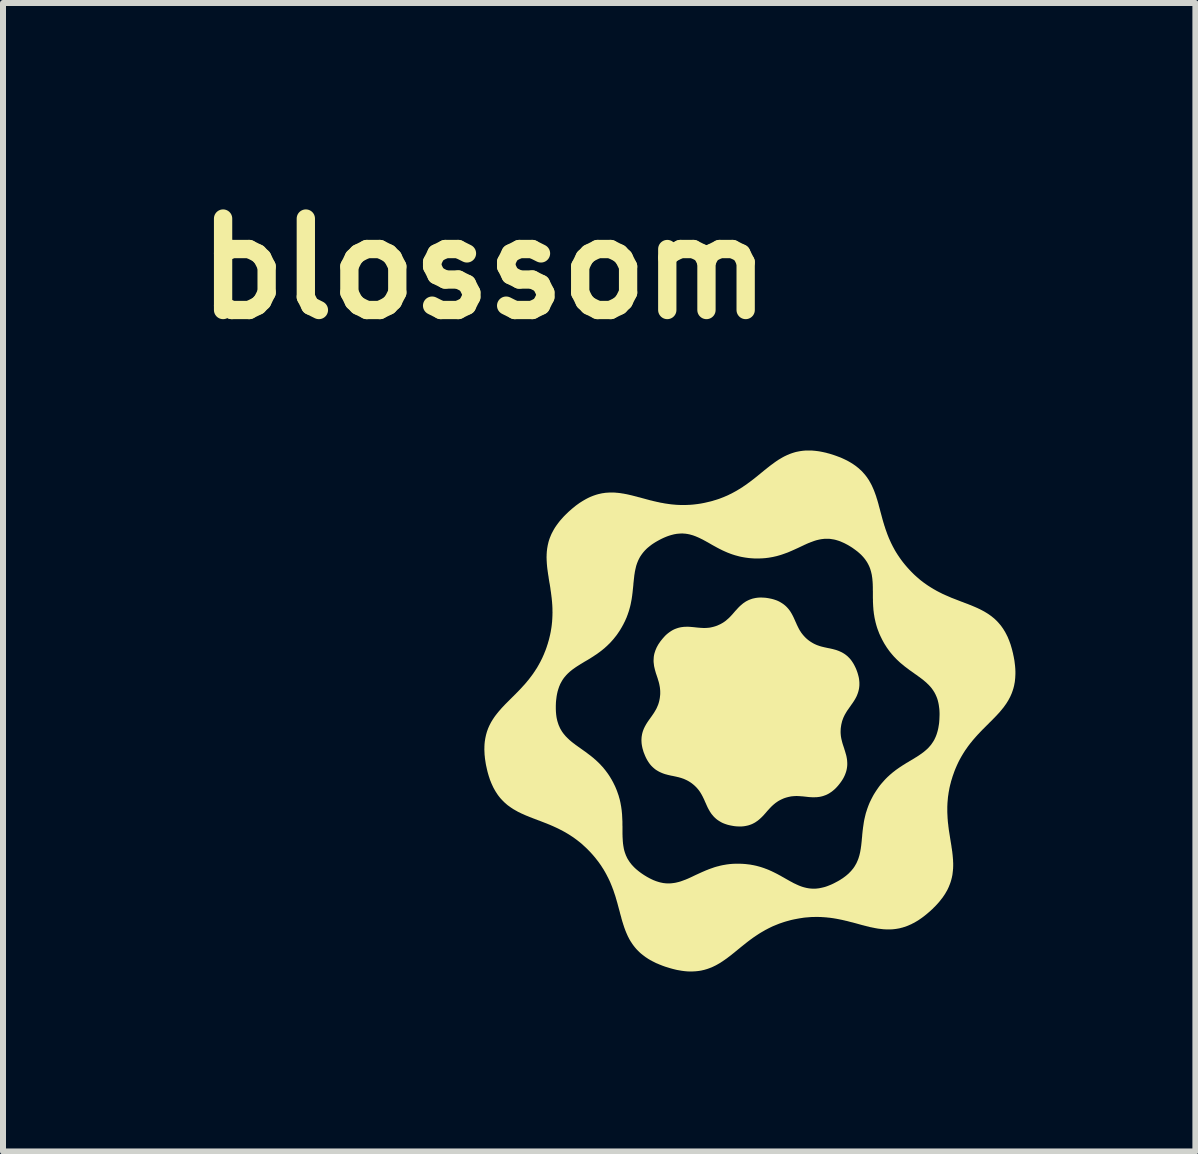
<source format=kicad_pcb>
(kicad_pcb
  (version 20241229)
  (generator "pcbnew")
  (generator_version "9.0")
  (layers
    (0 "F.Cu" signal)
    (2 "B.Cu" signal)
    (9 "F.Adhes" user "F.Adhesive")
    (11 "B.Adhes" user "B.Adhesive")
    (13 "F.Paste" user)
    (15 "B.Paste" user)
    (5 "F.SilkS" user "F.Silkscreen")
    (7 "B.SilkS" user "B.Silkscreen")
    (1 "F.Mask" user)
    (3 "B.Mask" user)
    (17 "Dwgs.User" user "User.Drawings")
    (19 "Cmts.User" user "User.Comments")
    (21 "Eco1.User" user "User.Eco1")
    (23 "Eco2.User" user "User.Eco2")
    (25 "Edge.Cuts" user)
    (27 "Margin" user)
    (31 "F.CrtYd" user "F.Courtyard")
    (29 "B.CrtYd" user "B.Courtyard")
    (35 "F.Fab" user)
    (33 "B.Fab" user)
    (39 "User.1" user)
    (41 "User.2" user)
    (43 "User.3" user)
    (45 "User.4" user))
  (footprint "blossom"
    (layer "F.Cu")
    (at 5.022 4.457)
    (property "Reference" "blossom" (at 0 -3.03 0) (layer "F.SilkS") (effects (font (size 1.524 1.524) (thickness 0.305))))
    (attr exclude_from_pos_files exclude_from_bom)
    (fp_poly (pts (xy 5.811 5.478) (xy 5.794 5.499) (xy 5.777 5.518) (xy 5.76 5.536) (xy 5.743 5.552) (xy 5.726 5.566) (xy 5.71 5.579) (xy 5.693 5.59) (xy 5.677 5.601) (xy 5.66 5.61) (xy 5.644 5.618) (xy 5.627 5.624) (xy 5.611 5.63) (xy 5.594 5.635) (xy 5.577 5.639) (xy 5.561 5.642) (xy 5.544 5.644) (xy 5.527 5.646) (xy 5.51 5.646) (xy 5.493 5.647) (xy 5.476 5.647) (xy 5.458 5.646) (xy 5.441 5.645) (xy 5.423 5.644) (xy 5.405 5.642) (xy 5.387 5.64) (xy 5.369 5.638) (xy 5.351 5.636) (xy 5.332 5.634) (xy 5.313 5.632) (xy 5.294 5.631) (xy 5.274 5.629) (xy 5.254 5.628) (xy 5.234 5.627) (xy 5.214 5.626) (xy 5.193 5.626) (xy 5.172 5.627) (xy 5.15 5.628) (xy 5.129 5.63) (xy 5.106 5.632) (xy 5.084 5.635) (xy 5.061 5.64) (xy 5.037 5.645) (xy 5.014 5.651) (xy 4.989 5.658) (xy 4.964 5.666) (xy 4.939 5.675) (xy 4.914 5.686) (xy 4.89 5.697) (xy 4.868 5.708) (xy 4.846 5.72) (xy 4.825 5.732) (xy 4.806 5.745) (xy 4.787 5.758) (xy 4.769 5.771) (xy 4.752 5.785) (xy 4.735 5.799) (xy 4.719 5.813) (xy 4.704 5.827) (xy 4.689 5.841) (xy 4.675 5.856) (xy 4.661 5.87) (xy 4.648 5.885) (xy 4.635 5.899) (xy 4.622 5.913) (xy 4.609 5.928) (xy 4.597 5.942) (xy 4.585 5.956) (xy 4.573 5.969) (xy 4.561 5.983) (xy 4.549 5.996) (xy 4.536 6.009) (xy 4.524 6.021) (xy 4.511 6.033) (xy 4.499 6.044) (xy 4.486 6.055) (xy 4.472 6.066) (xy 4.458 6.075) (xy 4.444 6.085) (xy 4.429 6.093) (xy 4.414 6.101) (xy 4.398 6.108) (xy 4.381 6.114) (xy 4.363 6.12) (xy 4.345 6.124) (xy 4.326 6.128) (xy 4.306 6.131) (xy 4.285 6.133) (xy 4.263 6.134) (xy 4.24 6.133) (xy 4.216 6.132) (xy 4.191 6.13) (xy 4.165 6.126) (xy 4.138 6.121) (xy 4.114 6.116) (xy 4.09 6.11) (xy 4.068 6.103) (xy 4.048 6.096) (xy 4.028 6.088) (xy 4.01 6.079) (xy 3.993 6.069) (xy 3.977 6.059) (xy 3.962 6.049) (xy 3.948 6.038) (xy 3.935 6.026) (xy 3.922 6.014) (xy 3.911 6.001) (xy 3.9 5.988) (xy 3.889 5.975) (xy 3.88 5.961) (xy 3.87 5.946) (xy 3.862 5.931) (xy 3.853 5.916) (xy 3.845 5.901) (xy 3.837 5.885) (xy 3.83 5.869) (xy 3.822 5.852) (xy 3.815 5.835) (xy 3.807 5.818) (xy 3.799 5.801) (xy 3.792 5.784) (xy 3.784 5.766) (xy 3.776 5.748) (xy 3.767 5.731) (xy 3.759 5.713) (xy 3.749 5.695) (xy 3.739 5.676) (xy 3.729 5.658) (xy 3.718 5.64) (xy 3.707 5.622) (xy 3.694 5.603) (xy 3.681 5.585) (xy 3.667 5.567) (xy 3.652 5.549) (xy 3.636 5.531) (xy 3.619 5.513) (xy 3.6 5.495) (xy 3.581 5.477) (xy 3.56 5.46) (xy 3.539 5.443) (xy 3.518 5.428) (xy 3.497 5.414) (xy 3.476 5.401) (xy 3.455 5.389) (xy 3.434 5.378) (xy 3.413 5.368) (xy 3.393 5.359) (xy 3.373 5.35) (xy 3.353 5.343) (xy 3.333 5.336) (xy 3.313 5.329) (xy 3.293 5.324) (xy 3.274 5.318) (xy 3.255 5.314) (xy 3.235 5.309) (xy 3.217 5.305) (xy 3.198 5.301) (xy 3.18 5.297) (xy 3.161 5.293) (xy 3.143 5.29) (xy 3.126 5.286) (xy 3.108 5.282) (xy 3.091 5.278) (xy 3.074 5.273) (xy 3.057 5.269) (xy 3.041 5.264) (xy 3.024 5.258) (xy 3.009 5.252) (xy 2.993 5.245) (xy 2.978 5.238) (xy 2.963 5.23) (xy 2.948 5.221) (xy 2.933 5.212) (xy 2.919 5.201) (xy 2.906 5.19) (xy 2.892 5.177) (xy 2.879 5.164) (xy 2.866 5.149) (xy 2.854 5.133) (xy 2.842 5.115) (xy 2.83 5.096) (xy 2.819 5.076) (xy 2.808 5.054) (xy 2.798 5.031) (xy 2.788 5.006) (xy 2.778 4.981) (xy 2.771 4.956) (xy 2.764 4.933) (xy 2.759 4.91) (xy 2.755 4.888) (xy 2.752 4.867) (xy 2.751 4.847) (xy 2.75 4.827) (xy 2.751 4.808) (xy 2.752 4.79) (xy 2.755 4.772) (xy 2.758 4.754) (xy 2.762 4.738) (xy 2.767 4.721) (xy 2.773 4.705) (xy 2.779 4.689) (xy 2.787 4.673) (xy 2.794 4.658) (xy 2.803 4.643) (xy 2.811 4.628) (xy 2.821 4.613) (xy 2.83 4.598) (xy 2.84 4.584) (xy 2.85 4.569) (xy 2.861 4.554) (xy 2.872 4.539) (xy 2.883 4.523) (xy 2.894 4.508) (xy 2.905 4.492) (xy 2.916 4.476) (xy 2.927 4.46) (xy 2.938 4.443) (xy 2.949 4.426) (xy 2.959 4.408) (xy 2.97 4.39) (xy 2.98 4.372) (xy 2.99 4.352) (xy 2.999 4.332) (xy 3.008 4.311) (xy 3.017 4.29) (xy 3.025 4.268) (xy 3.032 4.245) (xy 3.039 4.221) (xy 3.045 4.196) (xy 3.05 4.17) (xy 3.055 4.143) (xy 3.058 4.116) (xy 3.061 4.09) (xy 3.063 4.064) (xy 3.063 4.039) (xy 3.063 4.015) (xy 3.062 3.991) (xy 3.06 3.968) (xy 3.058 3.946) (xy 3.055 3.924) (xy 3.051 3.902) (xy 3.047 3.881) (xy 3.043 3.861) (xy 3.038 3.841) (xy 3.033 3.821) (xy 3.027 3.802) (xy 3.021 3.783) (xy 3.016 3.764) (xy 3.01 3.746) (xy 3.004 3.728) (xy 2.998 3.71) (xy 2.992 3.692) (xy 2.986 3.675) (xy 2.981 3.658) (xy 2.976 3.64) (xy 2.971 3.623) (xy 2.967 3.606) (xy 2.963 3.589) (xy 2.959 3.572) (xy 2.957 3.555) (xy 2.955 3.538) (xy 2.953 3.521) (xy 2.952 3.504) (xy 2.953 3.487) (xy 2.954 3.469) (xy 2.955 3.452) (xy 2.958 3.434) (xy 2.962 3.416) (xy 2.968 3.398) (xy 2.974 3.379) (xy 2.982 3.36) (xy 2.99 3.341) (xy 3.001 3.321) (xy 3.012 3.301) (xy 3.026 3.281) (xy 3.04 3.26) (xy 3.057 3.239) (xy 3.074 3.218) (xy 3.091 3.199) (xy 3.107 3.181) (xy 3.124 3.165) (xy 3.141 3.151) (xy 3.158 3.138) (xy 3.174 3.127) (xy 3.191 3.116) (xy 3.207 3.107) (xy 3.224 3.099) (xy 3.24 3.093) (xy 3.257 3.087) (xy 3.273 3.082) (xy 3.29 3.078) (xy 3.307 3.075) (xy 3.324 3.073) (xy 3.34 3.071) (xy 3.357 3.071) (xy 3.375 3.07) (xy 3.392 3.07) (xy 3.409 3.071) (xy 3.427 3.072) (xy 3.444 3.074) (xy 3.462 3.075) (xy 3.48 3.077) (xy 3.498 3.079) (xy 3.517 3.081) (xy 3.536 3.083) (xy 3.555 3.085) (xy 3.574 3.086) (xy 3.593 3.088) (xy 3.613 3.089) (xy 3.633 3.09) (xy 3.654 3.091) (xy 3.674 3.091) (xy 3.695 3.09) (xy 3.717 3.089) (xy 3.739 3.087) (xy 3.761 3.085) (xy 3.784 3.082) (xy 3.807 3.077) (xy 3.83 3.072) (xy 3.854 3.066) (xy 3.878 3.059) (xy 3.903 3.051) (xy 3.928 3.042) (xy 3.953 3.031) (xy 3.977 3.02) (xy 4 3.009) (xy 4.021 2.997) (xy 4.042 2.985) (xy 4.062 2.972) (xy 4.081 2.959) (xy 4.099 2.946) (xy 4.116 2.932) (xy 4.132 2.918) (xy 4.148 2.904) (xy 4.164 2.89) (xy 4.178 2.876) (xy 4.193 2.861) (xy 4.206 2.847) (xy 4.22 2.832) (xy 4.233 2.818) (xy 4.245 2.804) (xy 4.258 2.789) (xy 4.27 2.775) (xy 4.282 2.761) (xy 4.295 2.748) (xy 4.307 2.734) (xy 4.319 2.721) (xy 4.331 2.708) (xy 4.343 2.696) (xy 4.356 2.684) (xy 4.369 2.673) (xy 4.382 2.662) (xy 4.395 2.651) (xy 4.409 2.642) (xy 4.423 2.632) (xy 4.438 2.624) (xy 4.454 2.616) (xy 4.47 2.609) (xy 4.487 2.603) (xy 4.504 2.597) (xy 4.522 2.593) (xy 4.541 2.589) (xy 4.561 2.586) (xy 4.582 2.584) (xy 4.604 2.583) (xy 4.627 2.584) (xy 4.651 2.585) (xy 4.676 2.587) (xy 4.703 2.591) (xy 4.729 2.596) (xy 4.754 2.601) (xy 4.777 2.607) (xy 4.799 2.614) (xy 4.82 2.621) (xy 4.839 2.629) (xy 4.857 2.638) (xy 4.874 2.648) (xy 4.89 2.658) (xy 4.905 2.668) (xy 4.919 2.679) (xy 4.933 2.691) (xy 4.945 2.703) (xy 4.957 2.716) (xy 4.968 2.729) (xy 4.978 2.742) (xy 4.988 2.756) (xy 4.997 2.771) (xy 5.006 2.786) (xy 5.014 2.801) (xy 5.022 2.816) (xy 5.03 2.832) (xy 5.038 2.849) (xy 5.045 2.865) (xy 5.053 2.882) (xy 5.06 2.899) (xy 5.068 2.916) (xy 5.076 2.933) (xy 5.083 2.951) (xy 5.092 2.969) (xy 5.1 2.986) (xy 5.109 3.004) (xy 5.118 3.022) (xy 5.128 3.041) (xy 5.138 3.059) (xy 5.149 3.077) (xy 5.161 3.095) (xy 5.173 3.114) (xy 5.187 3.132) (xy 5.201 3.15) (xy 5.216 3.168) (xy 5.232 3.186) (xy 5.249 3.204) (xy 5.267 3.222) (xy 5.287 3.24) (xy 5.307 3.257) (xy 5.329 3.274) (xy 5.35 3.289) (xy 5.371 3.303) (xy 5.392 3.316) (xy 5.413 3.328) (xy 5.433 3.339) (xy 5.454 3.349) (xy 5.474 3.358) (xy 5.495 3.367) (xy 5.515 3.374) (xy 5.535 3.381) (xy 5.555 3.388) (xy 5.574 3.393) (xy 5.594 3.399) (xy 5.613 3.403) (xy 5.632 3.408) (xy 5.651 3.412) (xy 5.669 3.416) (xy 5.688 3.42) (xy 5.706 3.424) (xy 5.724 3.427) (xy 5.742 3.431) (xy 5.759 3.435) (xy 5.777 3.439) (xy 5.794 3.444) (xy 5.81 3.448) (xy 5.827 3.453) (xy 5.843 3.459) (xy 5.859 3.465) (xy 5.874 3.472) (xy 5.89 3.479) (xy 5.905 3.487) (xy 5.92 3.496) (xy 5.934 3.505) (xy 5.948 3.516) (xy 5.962 3.527) (xy 5.975 3.54) (xy 5.988 3.553) (xy 6.001 3.568) (xy 6.013 3.584) (xy 6.025 3.602) (xy 6.037 3.621) (xy 6.048 3.641) (xy 6.059 3.663) (xy 6.07 3.686) (xy 6.08 3.711) (xy 6.089 3.736) (xy 6.097 3.761) (xy 6.103 3.784) (xy 6.109 3.807) (xy 6.113 3.829) (xy 6.115 3.85) (xy 6.117 3.87) (xy 6.117 3.89) (xy 6.117 3.909) (xy 6.115 3.927) (xy 6.113 3.945) (xy 6.109 3.963) (xy 6.105 3.979) (xy 6.1 3.996) (xy 6.094 4.012) (xy 6.088 4.028) (xy 6.081 4.044) (xy 6.073 4.059) (xy 6.065 4.074) (xy 6.056 4.089) (xy 6.047 4.104) (xy 6.037 4.119) (xy 6.027 4.134) (xy 6.017 4.148) (xy 6.006 4.163) (xy 5.996 4.178) (xy 5.985 4.194) (xy 5.974 4.209) (xy 5.963 4.225) (xy 5.952 4.241) (xy 5.94 4.257) (xy 5.929 4.274) (xy 5.919 4.291) (xy 5.908 4.309) (xy 5.898 4.327) (xy 5.887 4.345) (xy 5.878 4.365) (xy 5.868 4.385) (xy 5.859 4.406) (xy 5.851 4.427) (xy 5.843 4.449) (xy 5.835 4.472) (xy 5.829 4.496) (xy 5.823 4.521) (xy 5.817 4.547) (xy 5.813 4.574) (xy 5.809 4.601) (xy 5.806 4.627) (xy 5.805 4.653) (xy 5.804 4.678) (xy 5.804 4.702) (xy 5.805 4.726) (xy 5.807 4.749) (xy 5.809 4.771) (xy 5.812 4.793) (xy 5.816 4.815) (xy 5.82 4.836) (xy 5.825 4.856) (xy 5.83 4.876) (xy 5.835 4.896) (xy 5.84 4.915) (xy 5.846 4.934) (xy 5.852 4.953) (xy 5.858 4.971) (xy 5.864 4.989) (xy 5.87 5.007) (xy 5.875 5.025) (xy 5.881 5.042) (xy 5.886 5.059) (xy 5.891 5.077) (xy 5.896 5.094) (xy 5.901 5.111) (xy 5.905 5.128) (xy 5.908 5.145) (xy 5.911 5.162) (xy 5.913 5.179) (xy 5.914 5.196) (xy 5.915 5.213) (xy 5.915 5.23) (xy 5.914 5.248) (xy 5.912 5.265) (xy 5.909 5.283) (xy 5.905 5.301) (xy 5.9 5.319) (xy 5.893 5.338) (xy 5.886 5.357) (xy 5.877 5.376) (xy 5.867 5.396) (xy 5.855 5.416) (xy 5.842 5.436) (xy 5.827 5.457) (xy 5.811 5.478)) (stroke (width 0.265) (type solid)) (fill yes) (layer "F.SilkS"))
    (fp_poly (pts (xy 5.391 0.02) (xy 3.287 1.364) (xy 3.308 1.364) (xy 3.329 1.366) (xy 3.35 1.367) (xy 3.37 1.37) (xy 3.391 1.373) (xy 3.411 1.377) (xy 3.43 1.381) (xy 3.45 1.387) (xy 3.469 1.392) (xy 3.488 1.398) (xy 3.507 1.405) (xy 3.526 1.412) (xy 3.545 1.42) (xy 3.564 1.428) (xy 3.582 1.436) (xy 3.601 1.445) (xy 3.619 1.454) (xy 3.638 1.463) (xy 3.657 1.473) (xy 3.675 1.483) (xy 3.694 1.493) (xy 3.713 1.504) (xy 3.732 1.514) (xy 3.751 1.525) (xy 3.77 1.536) (xy 3.789 1.547) (xy 3.808 1.558) (xy 3.828 1.569) (xy 3.848 1.58) (xy 3.868 1.591) (xy 3.888 1.602) (xy 3.909 1.613) (xy 3.93 1.624) (xy 3.951 1.634) (xy 3.972 1.645) (xy 3.994 1.655) (xy 4.016 1.665) (xy 4.039 1.675) (xy 4.062 1.685) (xy 4.086 1.694) (xy 4.109 1.703) (xy 4.134 1.712) (xy 4.159 1.72) (xy 4.184 1.728) (xy 4.21 1.735) (xy 4.236 1.742) (xy 4.263 1.749) (xy 4.291 1.755) (xy 4.319 1.76) (xy 4.348 1.765) (xy 4.377 1.769) (xy 4.407 1.773) (xy 4.438 1.776) (xy 4.47 1.778) (xy 4.502 1.78) (xy 4.529 1.78) (xy 4.556 1.78) (xy 4.583 1.78) (xy 4.609 1.779) (xy 4.634 1.778) (xy 4.659 1.776) (xy 4.684 1.774) (xy 4.708 1.771) (xy 4.732 1.768) (xy 4.756 1.764) (xy 4.779 1.76) (xy 4.802 1.756) (xy 4.824 1.751) (xy 4.846 1.746) (xy 4.868 1.741) (xy 4.889 1.735) (xy 4.91 1.729) (xy 4.931 1.723) (xy 4.952 1.716) (xy 4.972 1.709) (xy 4.992 1.702) (xy 5.011 1.695) (xy 5.031 1.688) (xy 5.05 1.681) (xy 5.069 1.673) (xy 5.087 1.665) (xy 5.106 1.657) (xy 5.124 1.649) (xy 5.142 1.641) (xy 5.16 1.633) (xy 5.178 1.625) (xy 5.195 1.617) (xy 5.213 1.609) (xy 5.23 1.601) (xy 5.247 1.593) (xy 5.264 1.585) (xy 5.281 1.577) (xy 5.298 1.569) (xy 5.315 1.561) (xy 5.331 1.553) (xy 5.348 1.546) (xy 5.364 1.538) (xy 5.381 1.531) (xy 5.397 1.524) (xy 5.414 1.518) (xy 5.43 1.511) (xy 5.447 1.505) (xy 5.463 1.499) (xy 5.479 1.493) (xy 5.496 1.487) (xy 5.512 1.482) (xy 5.529 1.477) (xy 5.545 1.473) (xy 5.562 1.469) (xy 5.579 1.465) (xy 5.596 1.462) (xy 5.612 1.459) (xy 5.63 1.457) (xy 5.647 1.455) (xy 5.664 1.453) (xy 5.681 1.452) (xy 5.699 1.452) (xy 5.717 1.452) (xy 5.734 1.452) (xy 5.753 1.453) (xy 5.771 1.455) (xy 5.789 1.458) (xy 5.808 1.461) (xy 5.827 1.464) (xy 5.846 1.468) (xy 5.865 1.473) (xy 5.885 1.479) (xy 5.905 1.485) (xy 5.925 1.492) (xy 5.946 1.5) (xy 5.966 1.509) (xy 5.987 1.518) (xy 6.009 1.528) (xy 6.03 1.539) (xy 6.053 1.551) (xy 6.075 1.563) (xy 6.098 1.577) (xy 6.121 1.591) (xy 6.144 1.606) (xy 6.165 1.621) (xy 6.186 1.636) (xy 6.206 1.651) (xy 6.226 1.666) (xy 6.244 1.681) (xy 6.261 1.696) (xy 6.278 1.711) (xy 6.294 1.726) (xy 6.309 1.742) (xy 6.323 1.757) (xy 6.336 1.772) (xy 6.349 1.788) (xy 6.361 1.803) (xy 6.372 1.819) (xy 6.383 1.835) (xy 6.393 1.85) (xy 6.402 1.866) (xy 6.411 1.882) (xy 6.419 1.898) (xy 6.427 1.914) (xy 6.434 1.93) (xy 6.441 1.947) (xy 6.447 1.963) (xy 6.452 1.979) (xy 6.457 1.996) (xy 6.462 2.012) (xy 6.466 2.029) (xy 6.47 2.046) (xy 6.474 2.063) (xy 6.477 2.08) (xy 6.479 2.097) (xy 6.482 2.114) (xy 6.484 2.131) (xy 6.486 2.148) (xy 6.487 2.166) (xy 6.489 2.183) (xy 6.49 2.201) (xy 6.491 2.219) (xy 6.492 2.237) (xy 6.492 2.255) (xy 6.493 2.273) (xy 6.493 2.291) (xy 6.493 2.31) (xy 6.493 2.328) (xy 6.494 2.347) (xy 6.494 2.366) (xy 6.494 2.385) (xy 6.494 2.404) (xy 6.494 2.423) (xy 6.494 2.442) (xy 6.494 2.461) (xy 6.495 2.481) (xy 6.495 2.501) (xy 6.495 2.521) (xy 6.496 2.54) (xy 6.497 2.561) (xy 6.498 2.581) (xy 6.499 2.601) (xy 6.501 2.622) (xy 6.502 2.643) (xy 6.504 2.664) (xy 6.507 2.685) (xy 6.509 2.706) (xy 6.512 2.727) (xy 6.516 2.749) (xy 6.519 2.77) (xy 6.523 2.792) (xy 6.528 2.814) (xy 6.533 2.836) (xy 6.538 2.859) (xy 6.544 2.881) (xy 6.55 2.904) (xy 6.557 2.927) (xy 6.564 2.95) (xy 6.572 2.973) (xy 6.581 2.997) (xy 6.59 3.02) (xy 6.599 3.044) (xy 6.61 3.068) (xy 6.621 3.092) (xy 6.633 3.116) (xy 6.645 3.141) (xy 6.658 3.165) (xy 6.671 3.189) (xy 6.684 3.212) (xy 6.698 3.234) (xy 6.712 3.256) (xy 6.725 3.277) (xy 6.74 3.297) (xy 6.754 3.317) (xy 6.768 3.336) (xy 6.783 3.355) (xy 6.798 3.373) (xy 6.813 3.391) (xy 6.828 3.408) (xy 6.843 3.425) (xy 6.859 3.441) (xy 6.874 3.457) (xy 6.889 3.472) (xy 6.905 3.487) (xy 6.921 3.502) (xy 6.936 3.516) (xy 6.952 3.53) (xy 6.968 3.543) (xy 6.984 3.556) (xy 7 3.569) (xy 7.015 3.582) (xy 7.031 3.594) (xy 7.047 3.606) (xy 7.063 3.618) (xy 7.079 3.63) (xy 7.094 3.642) (xy 7.11 3.653) (xy 7.126 3.664) (xy 7.141 3.675) (xy 7.157 3.686) (xy 7.172 3.697) (xy 7.187 3.708) (xy 7.203 3.719) (xy 7.218 3.729) (xy 7.233 3.74) (xy 7.247 3.751) (xy 7.262 3.761) (xy 7.276 3.772) (xy 7.291 3.783) (xy 7.305 3.794) (xy 7.319 3.804) (xy 7.332 3.815) (xy 7.346 3.827) (xy 7.359 3.838) (xy 7.372 3.849) (xy 7.385 3.861) (xy 7.397 3.873) (xy 7.41 3.885) (xy 7.422 3.897) (xy 7.433 3.909) (xy 7.445 3.922) (xy 7.456 3.935) (xy 7.467 3.948) (xy 7.477 3.962) (xy 7.487 3.976) (xy 7.497 3.99) (xy 7.506 4.005) (xy 7.516 4.02) (xy 7.524 4.036) (xy 7.533 4.052) (xy 7.54 4.068) (xy 7.548 4.085) (xy 7.555 4.102) (xy 7.562 4.12) (xy 7.568 4.138) (xy 7.574 4.157) (xy 7.579 4.177) (xy 7.584 4.197) (xy 7.588 4.217) (xy 7.592 4.238) (xy 7.595 4.26) (xy 7.598 4.283) (xy 7.601 4.306) (xy 7.603 4.33) (xy 7.604 4.354) (xy 7.605 4.379) (xy 7.605 4.405) (xy 7.604 4.432) (xy 7.603 4.46) (xy 7.602 4.487) (xy 7.6 4.513) (xy 7.598 4.539) (xy 7.595 4.563) (xy 7.591 4.587) (xy 7.587 4.611) (xy 7.583 4.634) (xy 7.578 4.656) (xy 7.573 4.677) (xy 7.567 4.698) (xy 7.561 4.718) (xy 7.555 4.737) (xy 7.548 4.756) (xy 7.541 4.774) (xy 7.533 4.792) (xy 7.525 4.809) (xy 7.517 4.826) (xy 7.508 4.842) (xy 7.499 4.857) (xy 7.489 4.873) (xy 7.479 4.887) (xy 7.469 4.902) (xy 7.459 4.916) (xy 7.448 4.929) (xy 7.437 4.942) (xy 7.425 4.955) (xy 7.414 4.968) (xy 7.402 4.98) (xy 7.389 4.992) (xy 7.377 5.003) (xy 7.364 5.014) (xy 7.351 5.025) (xy 7.338 5.036) (xy 7.324 5.047) (xy 7.31 5.057) (xy 7.297 5.067) (xy 7.282 5.077) (xy 7.268 5.087) (xy 7.253 5.097) (xy 7.239 5.107) (xy 7.224 5.116) (xy 7.209 5.126) (xy 7.193 5.135) (xy 7.178 5.145) (xy 7.163 5.154) (xy 7.147 5.164) (xy 7.131 5.173) (xy 7.115 5.183) (xy 7.099 5.192) (xy 7.083 5.202) (xy 7.067 5.212) (xy 7.05 5.221) (xy 7.034 5.231) (xy 7.017 5.242) (xy 7.001 5.252) (xy 6.984 5.262) (xy 6.968 5.273) (xy 6.951 5.284) (xy 6.934 5.295) (xy 6.918 5.306) (xy 6.901 5.318) (xy 6.884 5.33) (xy 6.867 5.342) (xy 6.851 5.355) (xy 6.834 5.368) (xy 6.817 5.381) (xy 6.801 5.395) (xy 6.784 5.409) (xy 6.767 5.424) (xy 6.751 5.439) (xy 6.734 5.454) (xy 6.718 5.47) (xy 6.702 5.486) (xy 6.686 5.503) (xy 6.67 5.521) (xy 6.654 5.539) (xy 6.638 5.557) (xy 6.622 5.576) (xy 6.606 5.596) (xy 6.591 5.616) (xy 6.576 5.637) (xy 6.561 5.659) (xy 6.546 5.681) (xy 6.531 5.704) (xy 6.516 5.728) (xy 6.502 5.751) (xy 6.489 5.775) (xy 6.477 5.798) (xy 6.465 5.821) (xy 6.454 5.844) (xy 6.443 5.866) (xy 6.433 5.889) (xy 6.424 5.911) (xy 6.415 5.934) (xy 6.407 5.956) (xy 6.399 5.978) (xy 6.392 6) (xy 6.385 6.022) (xy 6.378 6.043) (xy 6.372 6.065) (xy 6.367 6.086) (xy 6.362 6.107) (xy 6.357 6.128) (xy 6.352 6.149) (xy 6.348 6.17) (xy 6.344 6.191) (xy 6.341 6.211) (xy 6.338 6.232) (xy 6.335 6.252) (xy 6.332 6.272) (xy 6.329 6.292) (xy 6.327 6.312) (xy 6.324 6.332) (xy 6.322 6.351) (xy 6.32 6.371) (xy 6.318 6.39) (xy 6.316 6.409) (xy 6.315 6.429) (xy 6.313 6.447) (xy 6.311 6.466) (xy 6.309 6.485) (xy 6.308 6.504) (xy 6.306 6.522) (xy 6.304 6.54) (xy 6.302 6.559) (xy 6.3 6.577) (xy 6.298 6.595) (xy 6.295 6.612) (xy 6.293 6.63) (xy 6.29 6.648) (xy 6.287 6.665) (xy 6.284 6.682) (xy 6.281 6.699) (xy 6.277 6.716) (xy 6.273 6.733) (xy 6.269 6.75) (xy 6.264 6.767) (xy 6.259 6.783) (xy 6.254 6.8) (xy 6.248 6.816) (xy 6.242 6.832) (xy 6.235 6.848) (xy 6.228 6.864) (xy 6.221 6.88) (xy 6.213 6.896) (xy 6.204 6.911) (xy 6.195 6.927) (xy 6.186 6.942) (xy 6.176 6.957) (xy 6.165 6.973) (xy 6.153 6.988) (xy 6.141 7.002) (xy 6.129 7.017) (xy 6.115 7.032) (xy 6.101 7.046) (xy 6.087 7.061) (xy 6.071 7.075) (xy 6.055 7.089) (xy 6.038 7.103) (xy 6.02 7.117) (xy 6.001 7.131) (xy 5.982 7.145) (xy 5.961 7.158) (xy 5.94 7.172) (xy 5.918 7.185) (xy 5.895 7.198) (xy 5.87 7.211) (xy 5.846 7.224) (xy 5.822 7.236) (xy 5.799 7.247) (xy 5.776 7.257) (xy 5.753 7.266) (xy 5.731 7.275) (xy 5.709 7.283) (xy 5.688 7.29) (xy 5.667 7.296) (xy 5.646 7.301) (xy 5.625 7.306) (xy 5.605 7.31) (xy 5.586 7.314) (xy 5.566 7.317) (xy 5.547 7.319) (xy 5.528 7.321) (xy 5.51 7.322) (xy 5.491 7.322) (xy 5.473 7.322) (xy 5.455 7.321) (xy 5.438 7.32) (xy 5.42 7.318) (xy 5.403 7.316) (xy 5.386 7.313) (xy 5.369 7.31) (xy 5.352 7.306) (xy 5.335 7.302) (xy 5.319 7.298) (xy 5.303 7.293) (xy 5.286 7.288) (xy 5.27 7.282) (xy 5.254 7.276) (xy 5.238 7.27) (xy 5.222 7.263) (xy 5.207 7.256) (xy 5.191 7.249) (xy 5.175 7.241) (xy 5.159 7.234) (xy 5.143 7.226) (xy 5.128 7.218) (xy 5.112 7.209) (xy 5.096 7.201) (xy 5.08 7.192) (xy 5.064 7.183) (xy 5.048 7.174) (xy 5.032 7.165) (xy 5.016 7.156) (xy 5 7.147) (xy 4.983 7.137) (xy 4.967 7.128) (xy 4.95 7.119) (xy 4.934 7.109) (xy 4.917 7.1) (xy 4.9 7.091) (xy 4.882 7.081) (xy 4.865 7.072) (xy 4.847 7.063) (xy 4.829 7.054) (xy 4.811 7.045) (xy 4.792 7.036) (xy 4.774 7.027) (xy 4.755 7.019) (xy 4.736 7.01) (xy 4.716 7.002) (xy 4.696 6.994) (xy 4.676 6.987) (xy 4.656 6.979) (xy 4.635 6.972) (xy 4.614 6.965) (xy 4.592 6.958) (xy 4.57 6.952) (xy 4.548 6.946) (xy 4.525 6.94) (xy 4.502 6.935) (xy 4.479 6.93) (xy 4.455 6.926) (xy 4.43 6.921) (xy 4.405 6.918) (xy 4.38 6.915) (xy 4.354 6.912) (xy 4.328 6.91) (xy 4.301 6.908) (xy 4.274 6.907) (xy 4.246 6.906) (xy 4.219 6.906) (xy 4.193 6.906) (xy 4.167 6.907) (xy 4.141 6.908) (xy 4.116 6.91) (xy 4.091 6.912) (xy 4.067 6.915) (xy 4.043 6.918) (xy 4.02 6.922) (xy 3.997 6.926) (xy 3.974 6.93) (xy 3.951 6.935) (xy 3.929 6.94) (xy 3.908 6.946) (xy 3.886 6.951) (xy 3.865 6.957) (xy 3.844 6.963) (xy 3.824 6.97) (xy 3.804 6.977) (xy 3.784 6.984) (xy 3.764 6.991) (xy 3.745 6.998) (xy 3.726 7.006) (xy 3.707 7.013) (xy 3.688 7.021) (xy 3.67 7.029) (xy 3.651 7.037) (xy 3.633 7.045) (xy 3.615 7.053) (xy 3.598 7.061) (xy 3.58 7.069) (xy 3.563 7.077) (xy 3.545 7.085) (xy 3.528 7.093) (xy 3.511 7.101) (xy 3.494 7.109) (xy 3.478 7.117) (xy 3.461 7.125) (xy 3.444 7.133) (xy 3.428 7.14) (xy 3.411 7.148) (xy 3.395 7.155) (xy 3.378 7.162) (xy 3.362 7.169) (xy 3.345 7.175) (xy 3.329 7.181) (xy 3.313 7.187) (xy 3.296 7.193) (xy 3.28 7.199) (xy 3.263 7.204) (xy 3.247 7.209) (xy 3.23 7.213) (xy 3.213 7.217) (xy 3.197 7.221) (xy 3.18 7.224) (xy 3.163 7.227) (xy 3.146 7.229) (xy 3.129 7.231) (xy 3.112 7.233) (xy 3.094 7.234) (xy 3.077 7.234) (xy 3.059 7.234) (xy 3.041 7.234) (xy 3.023 7.233) (xy 3.005 7.231) (xy 2.986 7.229) (xy 2.968 7.226) (xy 2.949 7.222) (xy 2.929 7.218) (xy 2.91 7.213) (xy 2.89 7.207) (xy 2.871 7.201) (xy 2.85 7.194) (xy 2.83 7.186) (xy 2.809 7.178) (xy 2.788 7.168) (xy 2.767 7.158) (xy 2.745 7.147) (xy 2.723 7.135) (xy 2.701 7.123) (xy 2.678 7.109) (xy 2.655 7.095) (xy 2.632 7.08) (xy 2.61 7.065) (xy 2.589 7.05) (xy 2.569 7.035) (xy 2.55 7.02) (xy 2.532 7.005) (xy 2.514 6.99) (xy 2.498 6.975) (xy 2.482 6.96) (xy 2.467 6.944) (xy 2.453 6.929) (xy 2.439 6.914) (xy 2.427 6.898) (xy 2.415 6.883) (xy 2.403 6.867) (xy 2.393 6.851) (xy 2.383 6.836) (xy 2.373 6.82) (xy 2.364 6.804) (xy 2.356 6.788) (xy 2.349 6.772) (xy 2.341 6.756) (xy 2.335 6.739) (xy 2.329 6.723) (xy 2.323 6.707) (xy 2.318 6.69) (xy 2.313 6.674) (xy 2.309 6.657) (xy 2.305 6.64) (xy 2.302 6.623) (xy 2.299 6.606) (xy 2.296 6.589) (xy 2.294 6.572) (xy 2.291 6.555) (xy 2.29 6.538) (xy 2.288 6.52) (xy 2.287 6.503) (xy 2.286 6.485) (xy 2.285 6.467) (xy 2.284 6.449) (xy 2.283 6.431) (xy 2.283 6.413) (xy 2.282 6.395) (xy 2.282 6.376) (xy 2.282 6.358) (xy 2.282 6.339) (xy 2.282 6.32) (xy 2.282 6.302) (xy 2.282 6.283) (xy 2.282 6.263) (xy 2.281 6.244) (xy 2.281 6.225) (xy 2.281 6.205) (xy 2.281 6.185) (xy 2.28 6.166) (xy 2.279 6.146) (xy 2.278 6.125) (xy 2.277 6.105) (xy 2.276 6.085) (xy 2.275 6.064) (xy 2.273 6.043) (xy 2.271 6.023) (xy 2.269 6.002) (xy 2.266 5.98) (xy 2.263 5.959) (xy 2.26 5.937) (xy 2.256 5.916) (xy 2.252 5.894) (xy 2.248 5.872) (xy 2.243 5.85) (xy 2.238 5.827) (xy 2.232 5.805) (xy 2.225 5.782) (xy 2.219 5.759) (xy 2.211 5.736) (xy 2.203 5.713) (xy 2.195 5.69) (xy 2.186 5.666) (xy 2.176 5.642) (xy 2.166 5.618) (xy 2.155 5.594) (xy 2.143 5.57) (xy 2.131 5.545) (xy 2.118 5.521) (xy 2.105 5.497) (xy 2.091 5.474) (xy 2.078 5.452) (xy 2.064 5.43) (xy 2.05 5.409) (xy 2.036 5.389) (xy 2.021 5.369) (xy 2.007 5.35) (xy 1.992 5.331) (xy 1.977 5.313) (xy 1.963 5.295) (xy 1.947 5.278) (xy 1.932 5.262) (xy 1.917 5.245) (xy 1.902 5.23) (xy 1.886 5.214) (xy 1.87 5.199) (xy 1.855 5.185) (xy 1.839 5.17) (xy 1.823 5.157) (xy 1.808 5.143) (xy 1.792 5.13) (xy 1.776 5.117) (xy 1.76 5.104) (xy 1.744 5.092) (xy 1.728 5.08) (xy 1.712 5.068) (xy 1.697 5.056) (xy 1.681 5.044) (xy 1.665 5.033) (xy 1.65 5.022) (xy 1.634 5.011) (xy 1.619 5) (xy 1.603 4.989) (xy 1.588 4.978) (xy 1.573 4.967) (xy 1.558 4.957) (xy 1.543 4.946) (xy 1.528 4.935) (xy 1.513 4.925) (xy 1.499 4.914) (xy 1.485 4.903) (xy 1.471 4.893) (xy 1.457 4.882) (xy 1.443 4.871) (xy 1.43 4.86) (xy 1.416 4.848) (xy 1.403 4.837) (xy 1.391 4.825) (xy 1.378 4.813) (xy 1.366 4.801) (xy 1.354 4.789) (xy 1.342 4.777) (xy 1.331 4.764) (xy 1.32 4.751) (xy 1.309 4.738) (xy 1.298 4.724) (xy 1.288 4.71) (xy 1.278 4.696) (xy 1.269 4.681) (xy 1.26 4.666) (xy 1.251 4.651) (xy 1.243 4.635) (xy 1.235 4.618) (xy 1.228 4.601) (xy 1.22 4.584) (xy 1.214 4.566) (xy 1.208 4.548) (xy 1.202 4.529) (xy 1.196 4.51) (xy 1.192 4.49) (xy 1.187 4.469) (xy 1.183 4.448) (xy 1.18 4.426) (xy 1.177 4.404) (xy 1.175 4.38) (xy 1.173 4.357) (xy 1.172 4.332) (xy 1.171 4.307) (xy 1.171 4.281) (xy 1.171 4.254) (xy 1.172 4.227) (xy 1.173 4.2) (xy 1.175 4.173) (xy 1.178 4.148) (xy 1.181 4.123) (xy 1.184 4.099) (xy 1.188 4.075) (xy 1.192 4.053) (xy 1.197 4.031) (xy 1.202 4.009) (xy 1.208 3.989) (xy 1.214 3.969) (xy 1.221 3.949) (xy 1.227 3.93) (xy 1.235 3.912) (xy 1.242 3.894) (xy 1.25 3.877) (xy 1.259 3.861) (xy 1.268 3.844) (xy 1.277 3.829) (xy 1.286 3.813) (xy 1.296 3.799) (xy 1.306 3.784) (xy 1.317 3.77) (xy 1.328 3.757) (xy 1.339 3.744) (xy 1.35 3.731) (xy 1.362 3.719) (xy 1.374 3.706) (xy 1.386 3.695) (xy 1.399 3.683) (xy 1.411 3.672) (xy 1.424 3.661) (xy 1.438 3.65) (xy 1.451 3.639) (xy 1.465 3.629) (xy 1.479 3.619) (xy 1.493 3.609) (xy 1.507 3.599) (xy 1.522 3.589) (xy 1.537 3.579) (xy 1.552 3.57) (xy 1.567 3.56) (xy 1.582 3.551) (xy 1.597 3.541) (xy 1.613 3.532) (xy 1.629 3.522) (xy 1.644 3.513) (xy 1.66 3.503) (xy 1.676 3.494) (xy 1.693 3.484) (xy 1.709 3.475) (xy 1.725 3.465) (xy 1.742 3.455) (xy 1.758 3.445) (xy 1.775 3.434) (xy 1.791 3.424) (xy 1.808 3.413) (xy 1.824 3.402) (xy 1.841 3.391) (xy 1.858 3.38) (xy 1.875 3.368) (xy 1.891 3.356) (xy 1.908 3.344) (xy 1.925 3.331) (xy 1.942 3.318) (xy 1.958 3.305) (xy 1.975 3.291) (xy 1.992 3.277) (xy 2.008 3.262) (xy 2.025 3.247) (xy 2.041 3.232) (xy 2.057 3.216) (xy 2.074 3.2) (xy 2.09 3.183) (xy 2.106 3.165) (xy 2.122 3.147) (xy 2.138 3.129) (xy 2.153 3.11) (xy 2.169 3.09) (xy 2.185 3.07) (xy 2.2 3.049) (xy 2.215 3.027) (xy 2.23 3.005) (xy 2.245 2.982) (xy 2.259 2.958) (xy 2.273 2.935) (xy 2.286 2.911) (xy 2.299 2.888) (xy 2.31 2.865) (xy 2.322 2.842) (xy 2.332 2.82) (xy 2.342 2.797) (xy 2.352 2.775) (xy 2.36 2.752) (xy 2.369 2.73) (xy 2.376 2.708) (xy 2.384 2.686) (xy 2.391 2.664) (xy 2.397 2.643) (xy 2.403 2.621) (xy 2.409 2.6) (xy 2.414 2.579) (xy 2.419 2.558) (xy 2.423 2.537) (xy 2.427 2.516) (xy 2.431 2.495) (xy 2.435 2.475) (xy 2.438 2.454) (xy 2.441 2.434) (xy 2.444 2.414) (xy 2.446 2.394) (xy 2.449 2.374) (xy 2.451 2.354) (xy 2.453 2.335) (xy 2.455 2.315) (xy 2.457 2.296) (xy 2.459 2.277) (xy 2.461 2.258) (xy 2.463 2.239) (xy 2.464 2.22) (xy 2.466 2.201) (xy 2.468 2.183) (xy 2.47 2.164) (xy 2.472 2.146) (xy 2.474 2.128) (xy 2.476 2.11) (xy 2.478 2.092) (xy 2.48 2.074) (xy 2.483 2.056) (xy 2.486 2.039) (xy 2.488 2.021) (xy 2.492 2.004) (xy 2.495 1.987) (xy 2.499 1.97) (xy 2.503 1.953) (xy 2.507 1.936) (xy 2.511 1.919) (xy 2.516 1.903) (xy 2.522 1.886) (xy 2.527 1.87) (xy 2.534 1.854) (xy 2.54 1.838) (xy 2.547 1.822) (xy 2.555 1.806) (xy 2.563 1.79) (xy 2.571 1.775) (xy 2.58 1.759) (xy 2.59 1.744) (xy 2.6 1.729) (xy 2.611 1.714) (xy 2.622 1.699) (xy 2.634 1.684) (xy 2.647 1.669) (xy 2.66 1.654) (xy 2.674 1.64) (xy 2.689 1.625) (xy 2.704 1.611) (xy 2.721 1.597) (xy 2.738 1.583) (xy 2.756 1.569) (xy 2.774 1.555) (xy 2.794 1.541) (xy 2.814 1.528) (xy 2.836 1.514) (xy 2.858 1.501) (xy 2.881 1.488) (xy 2.905 1.475) (xy 2.933 1.46) (xy 2.96 1.447) (xy 2.986 1.435) (xy 3.012 1.424) (xy 3.037 1.414) (xy 3.062 1.405) (xy 3.087 1.397) (xy 3.11 1.39) (xy 3.134 1.384) (xy 3.157 1.378) (xy 3.18 1.374) (xy 3.202 1.37) (xy 3.224 1.368) (xy 3.245 1.366) (xy 3.266 1.365) (xy 3.287 1.364) (xy 3.287 1.364) (xy 5.391 0.02) (xy 5.369 0.02) (xy 5.347 0.021) (xy 5.325 0.023) (xy 5.304 0.025) (xy 5.283 0.028) (xy 5.262 0.031) (xy 5.241 0.035) (xy 5.221 0.039) (xy 5.201 0.043) (xy 5.182 0.048) (xy 5.162 0.054) (xy 5.143 0.06) (xy 5.125 0.066) (xy 5.106 0.073) (xy 5.088 0.08) (xy 5.07 0.088) (xy 5.052 0.095) (xy 5.034 0.104) (xy 5.016 0.112) (xy 4.999 0.121) (xy 4.982 0.13) (xy 4.965 0.14) (xy 4.948 0.15) (xy 4.931 0.16) (xy 4.914 0.17) (xy 4.898 0.181) (xy 4.881 0.192) (xy 4.865 0.203) (xy 4.848 0.215) (xy 4.832 0.227) (xy 4.816 0.239) (xy 4.799 0.251) (xy 4.783 0.263) (xy 4.767 0.275) (xy 4.751 0.288) (xy 4.734 0.301) (xy 4.718 0.314) (xy 4.702 0.327) (xy 4.685 0.34) (xy 4.669 0.353) (xy 4.653 0.367) (xy 4.636 0.38) (xy 4.619 0.394) (xy 4.603 0.408) (xy 4.586 0.421) (xy 4.569 0.435) (xy 4.552 0.449) (xy 4.534 0.463) (xy 4.517 0.477) (xy 4.499 0.491) (xy 4.482 0.504) (xy 4.464 0.518) (xy 4.445 0.532) (xy 4.427 0.546) (xy 4.408 0.559) (xy 4.39 0.573) (xy 4.37 0.587) (xy 4.351 0.6) (xy 4.331 0.613) (xy 4.312 0.627) (xy 4.291 0.64) (xy 4.271 0.653) (xy 4.25 0.665) (xy 4.229 0.678) (xy 4.207 0.691) (xy 4.185 0.703) (xy 4.163 0.715) (xy 4.141 0.727) (xy 4.118 0.739) (xy 4.094 0.75) (xy 4.071 0.762) (xy 4.046 0.773) (xy 4.022 0.783) (xy 3.997 0.794) (xy 3.971 0.804) (xy 3.945 0.814) (xy 3.919 0.824) (xy 3.892 0.833) (xy 3.864 0.842) (xy 3.836 0.85) (xy 3.808 0.859) (xy 3.779 0.867) (xy 3.749 0.874) (xy 3.719 0.881) (xy 3.689 0.888) (xy 3.662 0.894) (xy 3.635 0.899) (xy 3.609 0.904) (xy 3.582 0.908) (xy 3.557 0.912) (xy 3.531 0.915) (xy 3.506 0.918) (xy 3.48 0.921) (xy 3.455 0.923) (xy 3.431 0.925) (xy 3.406 0.926) (xy 3.382 0.927) (xy 3.358 0.928) (xy 3.335 0.928) (xy 3.311 0.928) (xy 3.288 0.928) (xy 3.265 0.928) (xy 3.242 0.927) (xy 3.219 0.926) (xy 3.197 0.925) (xy 3.175 0.923) (xy 3.153 0.921) (xy 3.131 0.919) (xy 3.109 0.917) (xy 3.088 0.914) (xy 3.066 0.911) (xy 3.045 0.908) (xy 3.024 0.905) (xy 3.004 0.902) (xy 2.983 0.898) (xy 2.963 0.894) (xy 2.942 0.891) (xy 2.922 0.887) (xy 2.902 0.882) (xy 2.882 0.878) (xy 2.863 0.874) (xy 2.843 0.869) (xy 2.824 0.865) (xy 2.804 0.86) (xy 2.785 0.855) (xy 2.766 0.851) (xy 2.747 0.846) (xy 2.729 0.841) (xy 2.71 0.836) (xy 2.691 0.831) (xy 2.673 0.826) (xy 2.655 0.821) (xy 2.636 0.816) (xy 2.618 0.811) (xy 2.6 0.806) (xy 2.582 0.801) (xy 2.564 0.797) (xy 2.546 0.792) (xy 2.529 0.787) (xy 2.511 0.783) (xy 2.493 0.778) (xy 2.476 0.774) (xy 2.458 0.769) (xy 2.441 0.765) (xy 2.423 0.761) (xy 2.406 0.757) (xy 2.389 0.753) (xy 2.371 0.749) (xy 2.354 0.746) (xy 2.337 0.743) (xy 2.32 0.739) (xy 2.303 0.737) (xy 2.285 0.734) (xy 2.268 0.731) (xy 2.251 0.729) (xy 2.234 0.727) (xy 2.217 0.725) (xy 2.2 0.724) (xy 2.183 0.722) (xy 2.166 0.721) (xy 2.149 0.721) (xy 2.132 0.72) (xy 2.114 0.72) (xy 2.097 0.72) (xy 2.08 0.721) (xy 2.063 0.722) (xy 2.046 0.723) (xy 2.028 0.724) (xy 2.011 0.726) (xy 1.994 0.729) (xy 1.976 0.731) (xy 1.959 0.734) (xy 1.941 0.738) (xy 1.924 0.742) (xy 1.906 0.746) (xy 1.888 0.751) (xy 1.87 0.756) (xy 1.852 0.762) (xy 1.835 0.768) (xy 1.817 0.774) (xy 1.798 0.782) (xy 1.78 0.789) (xy 1.762 0.797) (xy 1.743 0.806) (xy 1.725 0.815) (xy 1.706 0.825) (xy 1.688 0.835) (xy 1.669 0.846) (xy 1.65 0.857) (xy 1.631 0.869) (xy 1.612 0.881) (xy 1.592 0.894) (xy 1.573 0.908) (xy 1.553 0.922) (xy 1.533 0.937) (xy 1.514 0.953) (xy 1.494 0.969) (xy 1.473 0.986) (xy 1.453 1.004) (xy 1.432 1.022) (xy 1.412 1.04) (xy 1.393 1.059) (xy 1.374 1.077) (xy 1.356 1.095) (xy 1.338 1.113) (xy 1.321 1.132) (xy 1.305 1.15) (xy 1.289 1.168) (xy 1.274 1.185) (xy 1.26 1.203) (xy 1.246 1.221) (xy 1.233 1.239) (xy 1.22 1.256) (xy 1.208 1.274) (xy 1.196 1.291) (xy 1.185 1.309) (xy 1.175 1.326) (xy 1.165 1.344) (xy 1.156 1.361) (xy 1.147 1.378) (xy 1.138 1.395) (xy 1.13 1.413) (xy 1.123 1.43) (xy 1.116 1.447) (xy 1.109 1.464) (xy 1.103 1.481) (xy 1.097 1.498) (xy 1.092 1.515) (xy 1.087 1.532) (xy 1.083 1.55) (xy 1.079 1.567) (xy 1.075 1.584) (xy 1.072 1.601) (xy 1.069 1.618) (xy 1.066 1.635) (xy 1.064 1.652) (xy 1.062 1.669) (xy 1.06 1.686) (xy 1.059 1.703) (xy 1.058 1.72) (xy 1.057 1.737) (xy 1.057 1.754) (xy 1.056 1.771) (xy 1.056 1.789) (xy 1.057 1.806) (xy 1.057 1.823) (xy 1.058 1.84) (xy 1.059 1.858) (xy 1.06 1.875) (xy 1.061 1.892) (xy 1.063 1.91) (xy 1.064 1.927) (xy 1.066 1.945) (xy 1.068 1.963) (xy 1.07 1.98) (xy 1.073 1.998) (xy 1.075 2.016) (xy 1.078 2.034) (xy 1.08 2.052) (xy 1.083 2.07) (xy 1.086 2.088) (xy 1.089 2.106) (xy 1.091 2.124) (xy 1.094 2.142) (xy 1.097 2.161) (xy 1.1 2.179) (xy 1.103 2.198) (xy 1.107 2.217) (xy 1.11 2.235) (xy 1.113 2.254) (xy 1.116 2.273) (xy 1.119 2.292) (xy 1.121 2.311) (xy 1.124 2.331) (xy 1.127 2.35) (xy 1.13 2.37) (xy 1.132 2.389) (xy 1.135 2.409) (xy 1.137 2.429) (xy 1.14 2.449) (xy 1.142 2.469) (xy 1.144 2.49) (xy 1.146 2.51) (xy 1.148 2.531) (xy 1.149 2.551) (xy 1.151 2.572) (xy 1.152 2.593) (xy 1.153 2.614) (xy 1.154 2.636) (xy 1.154 2.657) (xy 1.154 2.679) (xy 1.155 2.7) (xy 1.154 2.722) (xy 1.154 2.744) (xy 1.153 2.767) (xy 1.152 2.789) (xy 1.151 2.812) (xy 1.149 2.835) (xy 1.148 2.858) (xy 1.145 2.881) (xy 1.143 2.904) (xy 1.14 2.928) (xy 1.137 2.951) (xy 1.133 2.975) (xy 1.129 2.999) (xy 1.125 3.024) (xy 1.12 3.048) (xy 1.115 3.073) (xy 1.109 3.098) (xy 1.103 3.123) (xy 1.097 3.148) (xy 1.09 3.174) (xy 1.082 3.2) (xy 1.075 3.226) (xy 1.066 3.252) (xy 1.058 3.278) (xy 1.049 3.304) (xy 1.04 3.329) (xy 1.03 3.354) (xy 1.02 3.378) (xy 1.011 3.402) (xy 1 3.426) (xy 0.99 3.449) (xy 0.98 3.471) (xy 0.969 3.493) (xy 0.958 3.515) (xy 0.947 3.537) (xy 0.935 3.558) (xy 0.924 3.579) (xy 0.912 3.599) (xy 0.901 3.619) (xy 0.889 3.639) (xy 0.876 3.658) (xy 0.864 3.677) (xy 0.852 3.696) (xy 0.839 3.714) (xy 0.827 3.733) (xy 0.814 3.75) (xy 0.801 3.768) (xy 0.788 3.785) (xy 0.775 3.802) (xy 0.762 3.819) (xy 0.749 3.836) (xy 0.735 3.852) (xy 0.722 3.868) (xy 0.709 3.884) (xy 0.695 3.9) (xy 0.682 3.915) (xy 0.668 3.93) (xy 0.654 3.945) (xy 0.641 3.96) (xy 0.627 3.975) (xy 0.614 3.989) (xy 0.6 4.004) (xy 0.586 4.018) (xy 0.573 4.032) (xy 0.559 4.046) (xy 0.545 4.06) (xy 0.532 4.074) (xy 0.518 4.087) (xy 0.505 4.101) (xy 0.491 4.114) (xy 0.478 4.127) (xy 0.464 4.141) (xy 0.451 4.154) (xy 0.438 4.167) (xy 0.425 4.18) (xy 0.412 4.193) (xy 0.399 4.206) (xy 0.386 4.219) (xy 0.373 4.232) (xy 0.36 4.245) (xy 0.348 4.258) (xy 0.336 4.271) (xy 0.323 4.284) (xy 0.311 4.297) (xy 0.299 4.31) (xy 0.287 4.324) (xy 0.276 4.337) (xy 0.264 4.35) (xy 0.253 4.363) (xy 0.242 4.377) (xy 0.231 4.39) (xy 0.22 4.404) (xy 0.21 4.417) (xy 0.199 4.431) (xy 0.189 4.445) (xy 0.179 4.459) (xy 0.17 4.473) (xy 0.16 4.487) (xy 0.151 4.502) (xy 0.142 4.517) (xy 0.133 4.531) (xy 0.125 4.546) (xy 0.117 4.561) (xy 0.109 4.577) (xy 0.101 4.592) (xy 0.094 4.608) (xy 0.087 4.624) (xy 0.08 4.64) (xy 0.074 4.657) (xy 0.068 4.673) (xy 0.062 4.69) (xy 0.057 4.707) (xy 0.052 4.725) (xy 0.047 4.743) (xy 0.043 4.761) (xy 0.039 4.779) (xy 0.035 4.798) (xy 0.032 4.816) (xy 0.029 4.836) (xy 0.026 4.855) (xy 0.024 4.875) (xy 0.022 4.895) (xy 0.021 4.916) (xy 0.02 4.937) (xy 0.02 4.958) (xy 0.019 4.98) (xy 0.02 5.002) (xy 0.021 5.025) (xy 0.022 5.047) (xy 0.023 5.071) (xy 0.026 5.094) (xy 0.028 5.119) (xy 0.031 5.143) (xy 0.035 5.168) (xy 0.039 5.194) (xy 0.043 5.22) (xy 0.048 5.246) (xy 0.054 5.273) (xy 0.06 5.3) (xy 0.066 5.326) (xy 0.072 5.351) (xy 0.079 5.376) (xy 0.086 5.4) (xy 0.093 5.424) (xy 0.101 5.447) (xy 0.108 5.47) (xy 0.116 5.492) (xy 0.125 5.513) (xy 0.133 5.534) (xy 0.142 5.554) (xy 0.151 5.574) (xy 0.16 5.593) (xy 0.169 5.612) (xy 0.179 5.63) (xy 0.189 5.648) (xy 0.199 5.665) (xy 0.209 5.682) (xy 0.22 5.698) (xy 0.23 5.714) (xy 0.241 5.73) (xy 0.252 5.745) (xy 0.264 5.76) (xy 0.275 5.774) (xy 0.287 5.788) (xy 0.299 5.801) (xy 0.311 5.814) (xy 0.324 5.827) (xy 0.336 5.839) (xy 0.349 5.852) (xy 0.362 5.863) (xy 0.375 5.875) (xy 0.388 5.886) (xy 0.401 5.897) (xy 0.415 5.907) (xy 0.429 5.917) (xy 0.443 5.927) (xy 0.457 5.937) (xy 0.471 5.946) (xy 0.486 5.956) (xy 0.5 5.965) (xy 0.515 5.973) (xy 0.53 5.982) (xy 0.545 5.99) (xy 0.56 5.999) (xy 0.575 6.007) (xy 0.591 6.014) (xy 0.607 6.022) (xy 0.622 6.03) (xy 0.638 6.037) (xy 0.654 6.044) (xy 0.67 6.051) (xy 0.687 6.059) (xy 0.703 6.066) (xy 0.719 6.072) (xy 0.736 6.079) (xy 0.753 6.086) (xy 0.77 6.093) (xy 0.787 6.099) (xy 0.804 6.106) (xy 0.821 6.113) (xy 0.838 6.119) (xy 0.855 6.126) (xy 0.873 6.132) (xy 0.89 6.139) (xy 0.908 6.146) (xy 0.926 6.152) (xy 0.943 6.159) (xy 0.961 6.166) (xy 0.979 6.173) (xy 0.997 6.18) (xy 1.015 6.187) (xy 1.033 6.194) (xy 1.052 6.201) (xy 1.07 6.209) (xy 1.088 6.216) (xy 1.107 6.224) (xy 1.125 6.232) (xy 1.144 6.24) (xy 1.162 6.248) (xy 1.181 6.257) (xy 1.199 6.265) (xy 1.218 6.274) (xy 1.237 6.283) (xy 1.255 6.292) (xy 1.274 6.302) (xy 1.293 6.311) (xy 1.312 6.321) (xy 1.331 6.332) (xy 1.35 6.342) (xy 1.369 6.353) (xy 1.387 6.364) (xy 1.406 6.375) (xy 1.425 6.387) (xy 1.444 6.399) (xy 1.463 6.412) (xy 1.482 6.424) (xy 1.501 6.437) (xy 1.52 6.451) (xy 1.539 6.465) (xy 1.558 6.479) (xy 1.577 6.494) (xy 1.596 6.509) (xy 1.615 6.524) (xy 1.634 6.54) (xy 1.653 6.557) (xy 1.671 6.574) (xy 1.69 6.591) (xy 1.709 6.609) (xy 1.728 6.627) (xy 1.746 6.646) (xy 1.765 6.665) (xy 1.784 6.685) (xy 1.802 6.705) (xy 1.821 6.726) (xy 1.838 6.746) (xy 1.856 6.767) (xy 1.872 6.787) (xy 1.888 6.808) (xy 1.904 6.828) (xy 1.92 6.849) (xy 1.934 6.869) (xy 1.949 6.89) (xy 1.963 6.91) (xy 1.976 6.931) (xy 1.989 6.951) (xy 2.002 6.971) (xy 2.014 6.992) (xy 2.026 7.012) (xy 2.037 7.032) (xy 2.048 7.052) (xy 2.059 7.073) (xy 2.069 7.093) (xy 2.08 7.113) (xy 2.089 7.133) (xy 2.099 7.153) (xy 2.108 7.173) (xy 2.117 7.193) (xy 2.125 7.213) (xy 2.133 7.232) (xy 2.141 7.252) (xy 2.149 7.272) (xy 2.156 7.292) (xy 2.164 7.311) (xy 2.171 7.331) (xy 2.177 7.35) (xy 2.184 7.37) (xy 2.19 7.389) (xy 2.197 7.408) (xy 2.203 7.428) (xy 2.209 7.447) (xy 2.214 7.466) (xy 2.22 7.485) (xy 2.225 7.504) (xy 2.231 7.523) (xy 2.236 7.541) (xy 2.241 7.56) (xy 2.246 7.579) (xy 2.251 7.597) (xy 2.256 7.616) (xy 2.261 7.634) (xy 2.266 7.652) (xy 2.271 7.671) (xy 2.276 7.689) (xy 2.28 7.707) (xy 2.285 7.725) (xy 2.29 7.743) (xy 2.295 7.76) (xy 2.3 7.778) (xy 2.304 7.796) (xy 2.309 7.813) (xy 2.314 7.83) (xy 2.319 7.848) (xy 2.325 7.865) (xy 2.33 7.882) (xy 2.335 7.899) (xy 2.341 7.915) (xy 2.346 7.932) (xy 2.352 7.949) (xy 2.358 7.965) (xy 2.364 7.981) (xy 2.37 7.998) (xy 2.377 8.014) (xy 2.383 8.03) (xy 2.39 8.045) (xy 2.397 8.061) (xy 2.404 8.077) (xy 2.411 8.092) (xy 2.419 8.107) (xy 2.427 8.123) (xy 2.435 8.138) (xy 2.444 8.153) (xy 2.452 8.167) (xy 2.462 8.182) (xy 2.471 8.196) (xy 2.481 8.211) (xy 2.491 8.225) (xy 2.501 8.239) (xy 2.512 8.253) (xy 2.523 8.267) (xy 2.534 8.28) (xy 2.546 8.294) (xy 2.558 8.307) (xy 2.571 8.32) (xy 2.584 8.333) (xy 2.597 8.346) (xy 2.611 8.359) (xy 2.625 8.371) (xy 2.64 8.383) (xy 2.655 8.395) (xy 2.671 8.407) (xy 2.687 8.419) (xy 2.703 8.431) (xy 2.721 8.442) (xy 2.738 8.454) (xy 2.757 8.465) (xy 2.775 8.476) (xy 2.795 8.486) (xy 2.814 8.497) (xy 2.835 8.507) (xy 2.856 8.518) (xy 2.877 8.528) (xy 2.9 8.537) (xy 2.922 8.547) (xy 2.946 8.556) (xy 2.97 8.566) (xy 2.995 8.575) (xy 3.02 8.584) (xy 3.046 8.592) (xy 3.072 8.6) (xy 3.098 8.608) (xy 3.123 8.615) (xy 3.148 8.622) (xy 3.173 8.628) (xy 3.197 8.634) (xy 3.22 8.639) (xy 3.244 8.643) (xy 3.267 8.647) (xy 3.289 8.651) (xy 3.312 8.654) (xy 3.334 8.657) (xy 3.355 8.659) (xy 3.376 8.661) (xy 3.397 8.662) (xy 3.418 8.663) (xy 3.438 8.663) (xy 3.458 8.663) (xy 3.478 8.662) (xy 3.498 8.661) (xy 3.517 8.66) (xy 3.536 8.658) (xy 3.554 8.656) (xy 3.573 8.654) (xy 3.591 8.651) (xy 3.609 8.648) (xy 3.626 8.644) (xy 3.644 8.64) (xy 3.661 8.636) (xy 3.678 8.631) (xy 3.695 8.626) (xy 3.711 8.621) (xy 3.728 8.615) (xy 3.744 8.609) (xy 3.76 8.603) (xy 3.776 8.597) (xy 3.792 8.59) (xy 3.807 8.583) (xy 3.823 8.575) (xy 3.838 8.568) (xy 3.853 8.56) (xy 3.868 8.552) (xy 3.883 8.543) (xy 3.898 8.535) (xy 3.913 8.526) (xy 3.928 8.517) (xy 3.942 8.507) (xy 3.957 8.498) (xy 3.971 8.488) (xy 3.986 8.478) (xy 4 8.468) (xy 4.014 8.458) (xy 4.029 8.448) (xy 4.043 8.437) (xy 4.057 8.426) (xy 4.071 8.416) (xy 4.085 8.405) (xy 4.1 8.394) (xy 4.114 8.382) (xy 4.128 8.371) (xy 4.142 8.36) (xy 4.157 8.348) (xy 4.171 8.336) (xy 4.185 8.325) (xy 4.2 8.313) (xy 4.214 8.301) (xy 4.229 8.289) (xy 4.244 8.277) (xy 4.258 8.265) (xy 4.273 8.253) (xy 4.288 8.241) (xy 4.303 8.229) (xy 4.318 8.217) (xy 4.334 8.205) (xy 4.349 8.192) (xy 4.365 8.18) (xy 4.38 8.168) (xy 4.396 8.156) (xy 4.412 8.144) (xy 4.428 8.132) (xy 4.445 8.12) (xy 4.461 8.108) (xy 4.478 8.096) (xy 4.495 8.085) (xy 4.512 8.073) (xy 4.53 8.061) (xy 4.547 8.05) (xy 4.565 8.038) (xy 4.583 8.027) (xy 4.601 8.016) (xy 4.62 8.005) (xy 4.639 7.994) (xy 4.658 7.983) (xy 4.677 7.972) (xy 4.697 7.962) (xy 4.717 7.951) (xy 4.737 7.941) (xy 4.757 7.931) (xy 4.778 7.921) (xy 4.799 7.911) (xy 4.821 7.902) (xy 4.843 7.893) (xy 4.865 7.884) (xy 4.887 7.875) (xy 4.91 7.866) (xy 4.934 7.858) (xy 4.957 7.85) (xy 4.981 7.842) (xy 5.006 7.834) (xy 5.03 7.827) (xy 5.056 7.82) (xy 5.081 7.813) (xy 5.107 7.806) (xy 5.134 7.8) (xy 5.161 7.794) (xy 5.188 7.789) (xy 5.214 7.784) (xy 5.241 7.779) (xy 5.267 7.775) (xy 5.293 7.771) (xy 5.318 7.767) (xy 5.344 7.764) (xy 5.369 7.762) (xy 5.394 7.76) (xy 5.418 7.758) (xy 5.443 7.756) (xy 5.467 7.755) (xy 5.491 7.755) (xy 5.515 7.754) (xy 5.538 7.754) (xy 5.561 7.754) (xy 5.584 7.755) (xy 5.607 7.755) (xy 5.63 7.757) (xy 5.652 7.758) (xy 5.675 7.76) (xy 5.697 7.761) (xy 5.718 7.764) (xy 5.74 7.766) (xy 5.762 7.768) (xy 5.783 7.771) (xy 5.804 7.774) (xy 5.825 7.777) (xy 5.846 7.781) (xy 5.866 7.784) (xy 5.887 7.788) (xy 5.907 7.792) (xy 5.927 7.796) (xy 5.947 7.8) (xy 5.967 7.804) (xy 5.987 7.809) (xy 6.006 7.813) (xy 6.025 7.818) (xy 6.045 7.822) (xy 6.064 7.827) (xy 6.083 7.832) (xy 6.102 7.837) (xy 6.121 7.842) (xy 6.139 7.846) (xy 6.158 7.851) (xy 6.176 7.856) (xy 6.195 7.861) (xy 6.213 7.866) (xy 6.231 7.871) (xy 6.249 7.876) (xy 6.267 7.881) (xy 6.285 7.886) (xy 6.303 7.891) (xy 6.321 7.895) (xy 6.338 7.9) (xy 6.356 7.904) (xy 6.374 7.909) (xy 6.391 7.913) (xy 6.409 7.917) (xy 6.426 7.922) (xy 6.443 7.926) (xy 6.461 7.929) (xy 6.478 7.933) (xy 6.495 7.936) (xy 6.512 7.94) (xy 6.53 7.943) (xy 6.547 7.946) (xy 6.564 7.949) (xy 6.581 7.951) (xy 6.598 7.953) (xy 6.615 7.955) (xy 6.632 7.957) (xy 6.649 7.959) (xy 6.666 7.96) (xy 6.684 7.961) (xy 6.701 7.962) (xy 6.718 7.962) (xy 6.735 7.962) (xy 6.752 7.962) (xy 6.769 7.962) (xy 6.786 7.961) (xy 6.804 7.96) (xy 6.821 7.958) (xy 6.838 7.956) (xy 6.856 7.954) (xy 6.873 7.951) (xy 6.891 7.948) (xy 6.908 7.945) (xy 6.926 7.941) (xy 6.943 7.936) (xy 6.961 7.932) (xy 6.979 7.926) (xy 6.997 7.921) (xy 7.015 7.915) (xy 7.033 7.908) (xy 7.051 7.901) (xy 7.069 7.893) (xy 7.087 7.885) (xy 7.106 7.877) (xy 7.124 7.867) (xy 7.143 7.858) (xy 7.162 7.848) (xy 7.18 7.837) (xy 7.199 7.826) (xy 7.219 7.814) (xy 7.238 7.801) (xy 7.257 7.788) (xy 7.277 7.774) (xy 7.296 7.76) (xy 7.316 7.745) (xy 7.336 7.729) (xy 7.356 7.713) (xy 7.376 7.696) (xy 7.396 7.679) (xy 7.417 7.661) (xy 7.437 7.642) (xy 7.457 7.624) (xy 7.475 7.605) (xy 7.494 7.587) (xy 7.511 7.569) (xy 7.528 7.551) (xy 7.544 7.533) (xy 7.56 7.515) (xy 7.575 7.497) (xy 7.589 7.479) (xy 7.603 7.461) (xy 7.617 7.444) (xy 7.629 7.426) (xy 7.641 7.409) (xy 7.653 7.391) (xy 7.664 7.374) (xy 7.674 7.356) (xy 7.684 7.339) (xy 7.694 7.322) (xy 7.703 7.304) (xy 7.711 7.287) (xy 7.719 7.27) (xy 7.726 7.253) (xy 7.733 7.235) (xy 7.74 7.218) (xy 7.746 7.201) (xy 7.752 7.184) (xy 7.757 7.167) (xy 7.762 7.15) (xy 7.766 7.133) (xy 7.771 7.116) (xy 7.774 7.099) (xy 7.778 7.082) (xy 7.781 7.065) (xy 7.783 7.048) (xy 7.785 7.031) (xy 7.787 7.014) (xy 7.789 6.997) (xy 7.79 6.979) (xy 7.792 6.962) (xy 7.792 6.945) (xy 7.793 6.928) (xy 7.793 6.911) (xy 7.793 6.894) (xy 7.793 6.877) (xy 7.792 6.859) (xy 7.791 6.842) (xy 7.791 6.825) (xy 7.789 6.807) (xy 7.788 6.79) (xy 7.786 6.772) (xy 7.785 6.755) (xy 7.783 6.737) (xy 7.781 6.72) (xy 7.779 6.702) (xy 7.777 6.684) (xy 7.774 6.667) (xy 7.772 6.649) (xy 7.769 6.631) (xy 7.766 6.613) (xy 7.764 6.595) (xy 7.761 6.577) (xy 7.758 6.558) (xy 7.755 6.54) (xy 7.752 6.522) (xy 7.749 6.503) (xy 7.746 6.485) (xy 7.743 6.466) (xy 7.74 6.447) (xy 7.737 6.428) (xy 7.734 6.409) (xy 7.731 6.39) (xy 7.728 6.371) (xy 7.725 6.352) (xy 7.722 6.332) (xy 7.719 6.313) (xy 7.717 6.293) (xy 7.714 6.273) (xy 7.712 6.253) (xy 7.71 6.233) (xy 7.707 6.213) (xy 7.705 6.193) (xy 7.703 6.172) (xy 7.702 6.152) (xy 7.7 6.131) (xy 7.699 6.11) (xy 7.698 6.089) (xy 7.697 6.068) (xy 7.696 6.047) (xy 7.695 6.025) (xy 7.695 6.004) (xy 7.695 5.982) (xy 7.695 5.96) (xy 7.695 5.938) (xy 7.696 5.916) (xy 7.697 5.893) (xy 7.698 5.871) (xy 7.7 5.848) (xy 7.702 5.825) (xy 7.704 5.802) (xy 7.706 5.778) (xy 7.709 5.755) (xy 7.713 5.731) (xy 7.716 5.707) (xy 7.72 5.683) (xy 7.725 5.659) (xy 7.729 5.634) (xy 7.734 5.609) (xy 7.74 5.584) (xy 7.746 5.559) (xy 7.753 5.534) (xy 7.759 5.508) (xy 7.767 5.483) (xy 7.775 5.457) (xy 7.783 5.43) (xy 7.792 5.404) (xy 7.801 5.379) (xy 7.81 5.353) (xy 7.819 5.329) (xy 7.829 5.304) (xy 7.839 5.28) (xy 7.849 5.257) (xy 7.859 5.234) (xy 7.87 5.211) (xy 7.88 5.189) (xy 7.891 5.167) (xy 7.902 5.146) (xy 7.914 5.124) (xy 7.925 5.104) (xy 7.937 5.083) (xy 7.949 5.063) (xy 7.961 5.043) (xy 7.973 5.024) (xy 7.985 5.005) (xy 7.997 4.986) (xy 8.01 4.968) (xy 8.023 4.95) (xy 8.035 4.932) (xy 8.048 4.914) (xy 8.061 4.897) (xy 8.074 4.88) (xy 8.087 4.863) (xy 8.101 4.847) (xy 8.114 4.83) (xy 8.127 4.814) (xy 8.141 4.798) (xy 8.154 4.783) (xy 8.168 4.767) (xy 8.181 4.752) (xy 8.195 4.737) (xy 8.208 4.722) (xy 8.222 4.708) (xy 8.236 4.693) (xy 8.249 4.679) (xy 8.263 4.664) (xy 8.277 4.65) (xy 8.29 4.636) (xy 8.304 4.623) (xy 8.318 4.609) (xy 8.331 4.595) (xy 8.345 4.582) (xy 8.358 4.568) (xy 8.372 4.555) (xy 8.385 4.542) (xy 8.398 4.528) (xy 8.411 4.515) (xy 8.425 4.502) (xy 8.438 4.489) (xy 8.451 4.476) (xy 8.463 4.463) (xy 8.476 4.45) (xy 8.489 4.437) (xy 8.501 4.424) (xy 8.514 4.411) (xy 8.526 4.398) (xy 8.538 4.385) (xy 8.55 4.372) (xy 8.562 4.359) (xy 8.574 4.346) (xy 8.585 4.332) (xy 8.596 4.319) (xy 8.607 4.306) (xy 8.618 4.292) (xy 8.629 4.279) (xy 8.64 4.265) (xy 8.65 4.251) (xy 8.66 4.237) (xy 8.67 4.223) (xy 8.68 4.209) (xy 8.689 4.195) (xy 8.698 4.18) (xy 8.707 4.166) (xy 8.716 4.151) (xy 8.724 4.136) (xy 8.732 4.121) (xy 8.74 4.106) (xy 8.748 4.09) (xy 8.755 4.074) (xy 8.762 4.058) (xy 8.769 4.042) (xy 8.775 4.026) (xy 8.781 4.009) (xy 8.787 3.992) (xy 8.792 3.975) (xy 8.798 3.957) (xy 8.802 3.94) (xy 8.807 3.922) (xy 8.811 3.903) (xy 8.814 3.885) (xy 8.818 3.866) (xy 8.821 3.847) (xy 8.823 3.827) (xy 8.825 3.807) (xy 8.827 3.787) (xy 8.828 3.766) (xy 8.829 3.745) (xy 8.83 3.724) (xy 8.83 3.702) (xy 8.83 3.68) (xy 8.829 3.658) (xy 8.828 3.635) (xy 8.826 3.612) (xy 8.824 3.588) (xy 8.821 3.564) (xy 8.818 3.539) (xy 8.815 3.514) (xy 8.811 3.489) (xy 8.806 3.463) (xy 8.801 3.436) (xy 8.795 3.41) (xy 8.79 3.383) (xy 8.783 3.357) (xy 8.777 3.331) (xy 8.77 3.306) (xy 8.763 3.282) (xy 8.756 3.258) (xy 8.749 3.235) (xy 8.741 3.213) (xy 8.733 3.191) (xy 8.725 3.169) (xy 8.716 3.149) (xy 8.708 3.128) (xy 8.699 3.108) (xy 8.689 3.089) (xy 8.68 3.07) (xy 8.67 3.052) (xy 8.661 3.034) (xy 8.65 3.017) (xy 8.64 3) (xy 8.63 2.984) (xy 8.619 2.968) (xy 8.608 2.953) (xy 8.597 2.937) (xy 8.586 2.923) (xy 8.574 2.909) (xy 8.562 2.895) (xy 8.55 2.881) (xy 8.538 2.868) (xy 8.526 2.855) (xy 8.513 2.843) (xy 8.501 2.831) (xy 8.488 2.819) (xy 8.475 2.808) (xy 8.461 2.797) (xy 8.448 2.786) (xy 8.434 2.775) (xy 8.42 2.765) (xy 8.406 2.755) (xy 8.392 2.745) (xy 8.378 2.736) (xy 8.364 2.727) (xy 8.349 2.718) (xy 8.334 2.709) (xy 8.319 2.7) (xy 8.304 2.692) (xy 8.289 2.684) (xy 8.274 2.676) (xy 8.258 2.668) (xy 8.243 2.66) (xy 8.227 2.653) (xy 8.211 2.645) (xy 8.195 2.638) (xy 8.179 2.631) (xy 8.163 2.624) (xy 8.146 2.617) (xy 8.13 2.61) (xy 8.113 2.603) (xy 8.097 2.596) (xy 8.08 2.59) (xy 8.063 2.583) (xy 8.046 2.576) (xy 8.029 2.57) (xy 8.011 2.563) (xy 7.994 2.557) (xy 7.977 2.55) (xy 7.959 2.543) (xy 7.941 2.537) (xy 7.924 2.53) (xy 7.906 2.523) (xy 7.888 2.516) (xy 7.87 2.509) (xy 7.852 2.502) (xy 7.834 2.495) (xy 7.816 2.488) (xy 7.798 2.481) (xy 7.779 2.474) (xy 7.761 2.466) (xy 7.743 2.458) (xy 7.724 2.45) (xy 7.706 2.442) (xy 7.687 2.434) (xy 7.669 2.426) (xy 7.65 2.417) (xy 7.631 2.409) (xy 7.613 2.4) (xy 7.594 2.39) (xy 7.575 2.381) (xy 7.556 2.371) (xy 7.537 2.361) (xy 7.518 2.351) (xy 7.5 2.34) (xy 7.481 2.33) (xy 7.462 2.318) (xy 7.443 2.307) (xy 7.424 2.295) (xy 7.405 2.283) (xy 7.386 2.271) (xy 7.367 2.258) (xy 7.348 2.245) (xy 7.329 2.231) (xy 7.31 2.218) (xy 7.291 2.203) (xy 7.272 2.189) (xy 7.253 2.174) (xy 7.234 2.158) (xy 7.216 2.142) (xy 7.197 2.126) (xy 7.178 2.109) (xy 7.159 2.092) (xy 7.14 2.074) (xy 7.122 2.056) (xy 7.103 2.037) (xy 7.084 2.017) (xy 7.066 1.998) (xy 7.047 1.977) (xy 7.029 1.957) (xy 7.011 1.936) (xy 6.994 1.916) (xy 6.977 1.895) (xy 6.961 1.875) (xy 6.945 1.854) (xy 6.93 1.834) (xy 6.915 1.813) (xy 6.901 1.793) (xy 6.887 1.772) (xy 6.873 1.752) (xy 6.86 1.731) (xy 6.847 1.711) (xy 6.835 1.691) (xy 6.823 1.671) (xy 6.812 1.65) (xy 6.801 1.63) (xy 6.79 1.61) (xy 6.78 1.59) (xy 6.77 1.57) (xy 6.76 1.55) (xy 6.751 1.53) (xy 6.742 1.51) (xy 6.733 1.49) (xy 6.724 1.47) (xy 6.716 1.45) (xy 6.708 1.43) (xy 6.7 1.41) (xy 6.693 1.391) (xy 6.686 1.371) (xy 6.679 1.352) (xy 6.672 1.332) (xy 6.665 1.313) (xy 6.659 1.293) (xy 6.653 1.274) (xy 6.646 1.255) (xy 6.641 1.236) (xy 6.635 1.217) (xy 6.629 1.198) (xy 6.624 1.179) (xy 6.618 1.16) (xy 6.613 1.141) (xy 6.608 1.122) (xy 6.603 1.104) (xy 6.598 1.085) (xy 6.593 1.067) (xy 6.588 1.048) (xy 6.583 1.03) (xy 6.578 1.012) (xy 6.574 0.994) (xy 6.569 0.976) (xy 6.564 0.958) (xy 6.559 0.94) (xy 6.554 0.922) (xy 6.55 0.904) (xy 6.545 0.887) (xy 6.54 0.869) (xy 6.535 0.852) (xy 6.53 0.835) (xy 6.525 0.818) (xy 6.519 0.801) (xy 6.514 0.784) (xy 6.509 0.767) (xy 6.503 0.75) (xy 6.497 0.734) (xy 6.491 0.717) (xy 6.485 0.701) (xy 6.479 0.685) (xy 6.473 0.669) (xy 6.466 0.653) (xy 6.459 0.637) (xy 6.452 0.621) (xy 6.445 0.606) (xy 6.438 0.59) (xy 6.43 0.575) (xy 6.422 0.56) (xy 6.414 0.545) (xy 6.405 0.53) (xy 6.397 0.515) (xy 6.388 0.5) (xy 6.378 0.486) (xy 6.369 0.472) (xy 6.359 0.457) (xy 6.348 0.443) (xy 6.338 0.43) (xy 6.327 0.416) (xy 6.315 0.402) (xy 6.303 0.389) (xy 6.291 0.375) (xy 6.279 0.362) (xy 6.266 0.349) (xy 6.252 0.337) (xy 6.238 0.324) (xy 6.224 0.311) (xy 6.209 0.299) (xy 6.194 0.287) (xy 6.179 0.275) (xy 6.162 0.263) (xy 6.146 0.252) (xy 6.129 0.24) (xy 6.111 0.229) (xy 6.093 0.218) (xy 6.074 0.207) (xy 6.055 0.196) (xy 6.035 0.185) (xy 6.014 0.175) (xy 5.993 0.165) (xy 5.972 0.155) (xy 5.95 0.145) (xy 5.927 0.135) (xy 5.903 0.126) (xy 5.879 0.117) (xy 5.855 0.108) (xy 5.829 0.099) (xy 5.803 0.09) (xy 5.774 0.081) (xy 5.745 0.072) (xy 5.717 0.065) (xy 5.689 0.057) (xy 5.662 0.051) (xy 5.635 0.045) (xy 5.609 0.04) (xy 5.583 0.035) (xy 5.557 0.031) (xy 5.532 0.028) (xy 5.508 0.025) (xy 5.484 0.023) (xy 5.46 0.021) (xy 5.437 0.02) (xy 5.414 0.02) (xy 5.391 0.02) (xy 5.391 0.02)) (stroke (width 0.039) (type solid)) (fill yes) (layer "F.SilkS")))
  (gr_rect
    (start -3 -3)
    (end 16.871 16.139)
    (stroke (width 0.1) (type default))
    (fill no)
    (layer "Edge.Cuts")))
</source>
